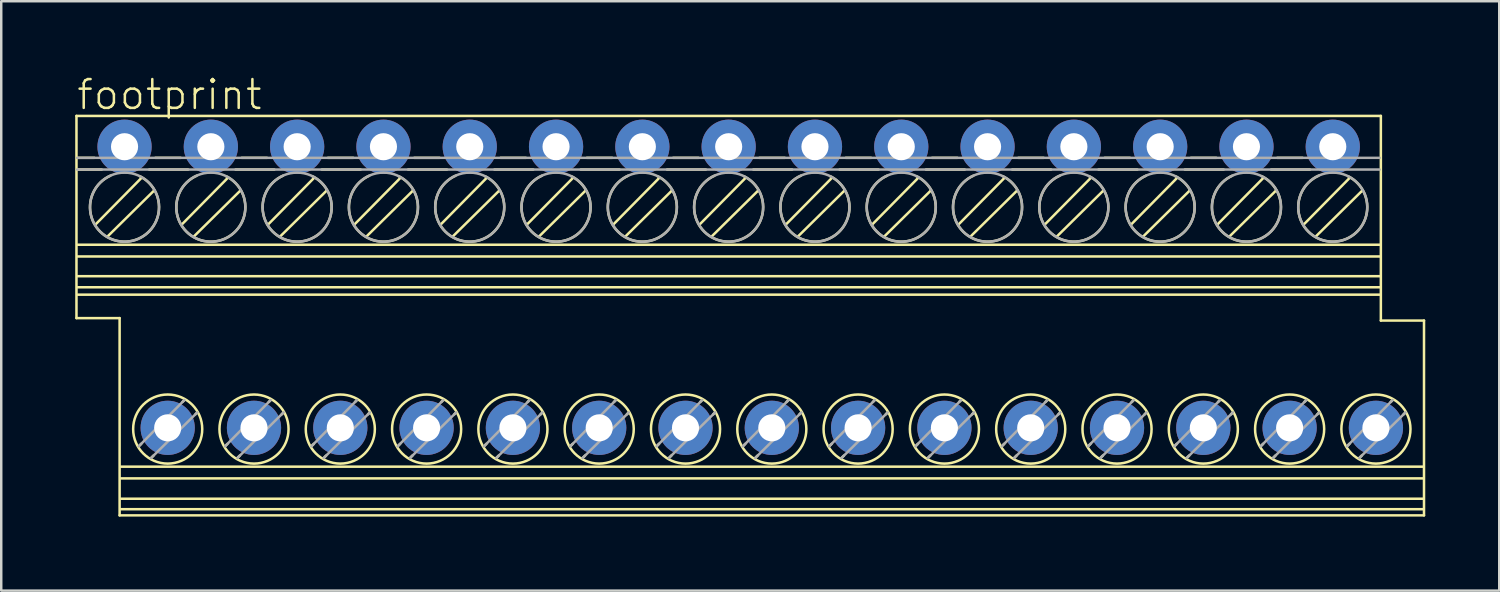
<source format=kicad_pcb>
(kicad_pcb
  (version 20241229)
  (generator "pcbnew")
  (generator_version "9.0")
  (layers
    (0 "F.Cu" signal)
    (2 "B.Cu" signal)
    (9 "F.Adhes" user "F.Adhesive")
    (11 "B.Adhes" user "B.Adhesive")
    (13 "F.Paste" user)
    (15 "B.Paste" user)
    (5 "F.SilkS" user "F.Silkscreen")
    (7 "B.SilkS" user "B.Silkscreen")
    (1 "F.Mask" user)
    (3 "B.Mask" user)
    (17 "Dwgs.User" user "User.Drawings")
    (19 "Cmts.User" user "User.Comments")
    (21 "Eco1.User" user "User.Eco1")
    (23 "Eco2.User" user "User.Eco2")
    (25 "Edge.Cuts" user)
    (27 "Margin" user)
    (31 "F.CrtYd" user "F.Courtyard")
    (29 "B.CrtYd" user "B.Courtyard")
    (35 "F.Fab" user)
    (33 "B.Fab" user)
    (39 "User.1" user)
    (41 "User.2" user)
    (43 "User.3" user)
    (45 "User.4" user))
  (footprint "footprint"
    (layer "F.Cu")
    (at 26.501 9.751)
    (property "Reference" "footprint" (at -26.501 -8.278 0) (layer "F.SilkS") (effects (font (size 1.168 1.168) (thickness 0.102)) (justify left bottom)))
    (fp_line (start -26.45 -8.1) (end 26.45 -8.1) (stroke (width 0.102) (type solid)) (layer "F.SilkS"))
    (fp_line (start -26.45 0.1) (end -26.45 -8.1) (stroke (width 0.102) (type solid)) (layer "F.SilkS"))
    (fp_line (start -26.425 -6.4) (end -25.725 -6.4) (stroke (width 0.102) (type solid)) (layer "F.SilkS"))
    (fp_line (start -26.425 -5.925) (end -25.425 -5.925) (stroke (width 0.102) (type solid)) (layer "F.SilkS"))
    (fp_line (start -26.4 -2.875) (end 26.425 -2.875) (stroke (width 0.102) (type solid)) (layer "F.SilkS"))
    (fp_line (start -26.4 -2.4) (end 26.425 -2.4) (stroke (width 0.102) (type solid)) (layer "F.SilkS"))
    (fp_line (start -26.4 -1.6) (end 26.425 -1.6) (stroke (width 0.102) (type solid)) (layer "F.SilkS"))
    (fp_line (start -26.4 -0.85) (end 26.425 -0.85) (stroke (width 0.102) (type solid)) (layer "F.SilkS"))
    (fp_line (start -25.675 -3.7) (end -23.825 -5.575) (stroke (width 0.102) (type solid)) (layer "F.SilkS"))
    (fp_line (start -25.175 -3.225) (end -23.3 -5.075) (stroke (width 0.102) (type solid)) (layer "F.SilkS"))
    (fp_line (start -24.7 0.1) (end -26.45 0.1) (stroke (width 0.102) (type solid)) (layer "F.SilkS"))
    (fp_line (start -24.7 8.1) (end -24.7 0.1) (stroke (width 0.102) (type solid)) (layer "F.SilkS"))
    (fp_line (start -24.65 6.125) (end 28.175 6.125) (stroke (width 0.102) (type solid)) (layer "F.SilkS"))
    (fp_line (start -24.65 6.6) (end 28.175 6.6) (stroke (width 0.102) (type solid)) (layer "F.SilkS"))
    (fp_line (start -24.65 7.425) (end 28.175 7.425) (stroke (width 0.102) (type solid)) (layer "F.SilkS"))
    (fp_line (start -24.65 7.85) (end 28.175 7.85) (stroke (width 0.102) (type solid)) (layer "F.SilkS"))
    (fp_line (start -23.925 5.3) (end -23.825 5.2) (stroke (width 0.102) (type solid)) (layer "F.SilkS"))
    (fp_line (start -23.5 -5.925) (end -21.925 -5.925) (stroke (width 0.102) (type solid)) (layer "F.SilkS"))
    (fp_line (start -23.425 5.775) (end -23.325 5.675) (stroke (width 0.102) (type solid)) (layer "F.SilkS"))
    (fp_line (start -23.25 -6.4) (end -22.225 -6.4) (stroke (width 0.102) (type solid)) (layer "F.SilkS"))
    (fp_line (start -22.175 -3.7) (end -20.325 -5.575) (stroke (width 0.102) (type solid)) (layer "F.SilkS"))
    (fp_line (start -22.15 3.5) (end -22.075 3.425) (stroke (width 0.102) (type solid)) (layer "F.SilkS"))
    (fp_line (start -21.675 -3.225) (end -19.8 -5.075) (stroke (width 0.102) (type solid)) (layer "F.SilkS"))
    (fp_line (start -21.625 4) (end -21.55 3.925) (stroke (width 0.102) (type solid)) (layer "F.SilkS"))
    (fp_line (start -20.425 5.3) (end -20.325 5.2) (stroke (width 0.102) (type solid)) (layer "F.SilkS"))
    (fp_line (start -20 -5.925) (end -18.425 -5.925) (stroke (width 0.102) (type solid)) (layer "F.SilkS"))
    (fp_line (start -19.925 5.775) (end -19.825 5.675) (stroke (width 0.102) (type solid)) (layer "F.SilkS"))
    (fp_line (start -19.75 -6.4) (end -18.725 -6.4) (stroke (width 0.102) (type solid)) (layer "F.SilkS"))
    (fp_line (start -18.675 -3.7) (end -16.825 -5.575) (stroke (width 0.102) (type solid)) (layer "F.SilkS"))
    (fp_line (start -18.65 3.5) (end -18.575 3.425) (stroke (width 0.102) (type solid)) (layer "F.SilkS"))
    (fp_line (start -18.175 -3.225) (end -16.3 -5.075) (stroke (width 0.102) (type solid)) (layer "F.SilkS"))
    (fp_line (start -18.125 4) (end -18.05 3.925) (stroke (width 0.102) (type solid)) (layer "F.SilkS"))
    (fp_line (start -16.925 5.3) (end -16.825 5.2) (stroke (width 0.102) (type solid)) (layer "F.SilkS"))
    (fp_line (start -16.5 -5.925) (end -14.925 -5.925) (stroke (width 0.102) (type solid)) (layer "F.SilkS"))
    (fp_line (start -16.425 5.775) (end -16.325 5.675) (stroke (width 0.102) (type solid)) (layer "F.SilkS"))
    (fp_line (start -16.25 -6.4) (end -15.225 -6.4) (stroke (width 0.102) (type solid)) (layer "F.SilkS"))
    (fp_line (start -15.175 -3.7) (end -13.325 -5.575) (stroke (width 0.102) (type solid)) (layer "F.SilkS"))
    (fp_line (start -15.15 3.5) (end -15.075 3.425) (stroke (width 0.102) (type solid)) (layer "F.SilkS"))
    (fp_line (start -14.675 -3.225) (end -12.8 -5.075) (stroke (width 0.102) (type solid)) (layer "F.SilkS"))
    (fp_line (start -14.625 4) (end -14.55 3.925) (stroke (width 0.102) (type solid)) (layer "F.SilkS"))
    (fp_line (start -13.425 5.3) (end -13.325 5.2) (stroke (width 0.102) (type solid)) (layer "F.SilkS"))
    (fp_line (start -13 -5.925) (end -11.425 -5.925) (stroke (width 0.102) (type solid)) (layer "F.SilkS"))
    (fp_line (start -12.925 5.775) (end -12.825 5.675) (stroke (width 0.102) (type solid)) (layer "F.SilkS"))
    (fp_line (start -12.75 -6.4) (end -11.725 -6.4) (stroke (width 0.102) (type solid)) (layer "F.SilkS"))
    (fp_line (start -11.675 -3.7) (end -9.825 -5.575) (stroke (width 0.102) (type solid)) (layer "F.SilkS"))
    (fp_line (start -11.65 3.5) (end -11.575 3.425) (stroke (width 0.102) (type solid)) (layer "F.SilkS"))
    (fp_line (start -11.175 -3.225) (end -9.3 -5.075) (stroke (width 0.102) (type solid)) (layer "F.SilkS"))
    (fp_line (start -11.125 4) (end -11.05 3.925) (stroke (width 0.102) (type solid)) (layer "F.SilkS"))
    (fp_line (start -9.925 5.3) (end -9.825 5.2) (stroke (width 0.102) (type solid)) (layer "F.SilkS"))
    (fp_line (start -9.5 -5.925) (end -7.925 -5.925) (stroke (width 0.102) (type solid)) (layer "F.SilkS"))
    (fp_line (start -9.425 5.775) (end -9.325 5.675) (stroke (width 0.102) (type solid)) (layer "F.SilkS"))
    (fp_line (start -9.25 -6.4) (end -8.225 -6.4) (stroke (width 0.102) (type solid)) (layer "F.SilkS"))
    (fp_line (start -8.175 -3.7) (end -6.325 -5.575) (stroke (width 0.102) (type solid)) (layer "F.SilkS"))
    (fp_line (start -8.15 3.5) (end -8.075 3.425) (stroke (width 0.102) (type solid)) (layer "F.SilkS"))
    (fp_line (start -7.675 -3.225) (end -5.8 -5.075) (stroke (width 0.102) (type solid)) (layer "F.SilkS"))
    (fp_line (start -7.625 4) (end -7.55 3.925) (stroke (width 0.102) (type solid)) (layer "F.SilkS"))
    (fp_line (start -6.425 5.3) (end -6.325 5.2) (stroke (width 0.102) (type solid)) (layer "F.SilkS"))
    (fp_line (start -6 -5.925) (end -4.425 -5.925) (stroke (width 0.102) (type solid)) (layer "F.SilkS"))
    (fp_line (start -5.925 5.775) (end -5.825 5.675) (stroke (width 0.102) (type solid)) (layer "F.SilkS"))
    (fp_line (start -5.75 -6.4) (end -4.725 -6.4) (stroke (width 0.102) (type solid)) (layer "F.SilkS"))
    (fp_line (start -4.675 -3.7) (end -2.825 -5.575) (stroke (width 0.102) (type solid)) (layer "F.SilkS"))
    (fp_line (start -4.65 3.5) (end -4.575 3.425) (stroke (width 0.102) (type solid)) (layer "F.SilkS"))
    (fp_line (start -4.175 -3.225) (end -2.3 -5.075) (stroke (width 0.102) (type solid)) (layer "F.SilkS"))
    (fp_line (start -4.125 4) (end -4.05 3.925) (stroke (width 0.102) (type solid)) (layer "F.SilkS"))
    (fp_line (start -2.925 5.3) (end -2.825 5.2) (stroke (width 0.102) (type solid)) (layer "F.SilkS"))
    (fp_line (start -2.5 -5.925) (end -0.925 -5.925) (stroke (width 0.102) (type solid)) (layer "F.SilkS"))
    (fp_line (start -2.425 5.775) (end -2.325 5.675) (stroke (width 0.102) (type solid)) (layer "F.SilkS"))
    (fp_line (start -2.25 -6.4) (end -1.225 -6.4) (stroke (width 0.102) (type solid)) (layer "F.SilkS"))
    (fp_line (start -1.175 -3.7) (end 0.675 -5.575) (stroke (width 0.102) (type solid)) (layer "F.SilkS"))
    (fp_line (start -1.15 3.5) (end -1.075 3.425) (stroke (width 0.102) (type solid)) (layer "F.SilkS"))
    (fp_line (start -0.675 -3.225) (end 1.2 -5.075) (stroke (width 0.102) (type solid)) (layer "F.SilkS"))
    (fp_line (start -0.625 4) (end -0.55 3.925) (stroke (width 0.102) (type solid)) (layer "F.SilkS"))
    (fp_line (start 0.575 5.3) (end 0.675 5.2) (stroke (width 0.102) (type solid)) (layer "F.SilkS"))
    (fp_line (start 1 -5.925) (end 2.575 -5.925) (stroke (width 0.102) (type solid)) (layer "F.SilkS"))
    (fp_line (start 1.075 5.775) (end 1.175 5.675) (stroke (width 0.102) (type solid)) (layer "F.SilkS"))
    (fp_line (start 1.25 -6.4) (end 2.275 -6.4) (stroke (width 0.102) (type solid)) (layer "F.SilkS"))
    (fp_line (start 2.325 -3.7) (end 4.175 -5.575) (stroke (width 0.102) (type solid)) (layer "F.SilkS"))
    (fp_line (start 2.35 3.5) (end 2.425 3.425) (stroke (width 0.102) (type solid)) (layer "F.SilkS"))
    (fp_line (start 2.825 -3.225) (end 4.7 -5.075) (stroke (width 0.102) (type solid)) (layer "F.SilkS"))
    (fp_line (start 2.875 4) (end 2.95 3.925) (stroke (width 0.102) (type solid)) (layer "F.SilkS"))
    (fp_line (start 4.075 5.3) (end 4.175 5.2) (stroke (width 0.102) (type solid)) (layer "F.SilkS"))
    (fp_line (start 4.5 -5.925) (end 6.075 -5.925) (stroke (width 0.102) (type solid)) (layer "F.SilkS"))
    (fp_line (start 4.575 5.775) (end 4.675 5.675) (stroke (width 0.102) (type solid)) (layer "F.SilkS"))
    (fp_line (start 4.75 -6.4) (end 5.775 -6.4) (stroke (width 0.102) (type solid)) (layer "F.SilkS"))
    (fp_line (start 5.825 -3.7) (end 7.675 -5.575) (stroke (width 0.102) (type solid)) (layer "F.SilkS"))
    (fp_line (start 5.85 3.5) (end 5.925 3.425) (stroke (width 0.102) (type solid)) (layer "F.SilkS"))
    (fp_line (start 6.325 -3.225) (end 8.2 -5.075) (stroke (width 0.102) (type solid)) (layer "F.SilkS"))
    (fp_line (start 6.375 4) (end 6.45 3.925) (stroke (width 0.102) (type solid)) (layer "F.SilkS"))
    (fp_line (start 7.575 5.3) (end 7.675 5.2) (stroke (width 0.102) (type solid)) (layer "F.SilkS"))
    (fp_line (start 8 -5.925) (end 9.575 -5.925) (stroke (width 0.102) (type solid)) (layer "F.SilkS"))
    (fp_line (start 8.075 5.775) (end 8.175 5.675) (stroke (width 0.102) (type solid)) (layer "F.SilkS"))
    (fp_line (start 8.25 -6.4) (end 9.275 -6.4) (stroke (width 0.102) (type solid)) (layer "F.SilkS"))
    (fp_line (start 9.325 -3.7) (end 11.175 -5.575) (stroke (width 0.102) (type solid)) (layer "F.SilkS"))
    (fp_line (start 9.35 3.5) (end 9.425 3.425) (stroke (width 0.102) (type solid)) (layer "F.SilkS"))
    (fp_line (start 9.825 -3.225) (end 11.7 -5.075) (stroke (width 0.102) (type solid)) (layer "F.SilkS"))
    (fp_line (start 9.875 4) (end 9.95 3.925) (stroke (width 0.102) (type solid)) (layer "F.SilkS"))
    (fp_line (start 11.075 5.3) (end 11.175 5.2) (stroke (width 0.102) (type solid)) (layer "F.SilkS"))
    (fp_line (start 11.5 -5.925) (end 13.075 -5.925) (stroke (width 0.102) (type solid)) (layer "F.SilkS"))
    (fp_line (start 11.575 5.775) (end 11.675 5.675) (stroke (width 0.102) (type solid)) (layer "F.SilkS"))
    (fp_line (start 11.75 -6.4) (end 12.775 -6.4) (stroke (width 0.102) (type solid)) (layer "F.SilkS"))
    (fp_line (start 12.825 -3.7) (end 14.675 -5.575) (stroke (width 0.102) (type solid)) (layer "F.SilkS"))
    (fp_line (start 12.85 3.5) (end 12.925 3.425) (stroke (width 0.102) (type solid)) (layer "F.SilkS"))
    (fp_line (start 13.325 -3.225) (end 15.2 -5.075) (stroke (width 0.102) (type solid)) (layer "F.SilkS"))
    (fp_line (start 13.375 4) (end 13.45 3.925) (stroke (width 0.102) (type solid)) (layer "F.SilkS"))
    (fp_line (start 14.575 5.3) (end 14.675 5.2) (stroke (width 0.102) (type solid)) (layer "F.SilkS"))
    (fp_line (start 15 -5.925) (end 16.575 -5.925) (stroke (width 0.102) (type solid)) (layer "F.SilkS"))
    (fp_line (start 15.075 5.775) (end 15.175 5.675) (stroke (width 0.102) (type solid)) (layer "F.SilkS"))
    (fp_line (start 15.25 -6.4) (end 16.275 -6.4) (stroke (width 0.102) (type solid)) (layer "F.SilkS"))
    (fp_line (start 16.325 -3.7) (end 18.175 -5.575) (stroke (width 0.102) (type solid)) (layer "F.SilkS"))
    (fp_line (start 16.35 3.5) (end 16.425 3.425) (stroke (width 0.102) (type solid)) (layer "F.SilkS"))
    (fp_line (start 16.825 -3.225) (end 18.7 -5.075) (stroke (width 0.102) (type solid)) (layer "F.SilkS"))
    (fp_line (start 16.875 4) (end 16.95 3.925) (stroke (width 0.102) (type solid)) (layer "F.SilkS"))
    (fp_line (start 18.075 5.3) (end 18.175 5.2) (stroke (width 0.102) (type solid)) (layer "F.SilkS"))
    (fp_line (start 18.5 -5.925) (end 20.075 -5.925) (stroke (width 0.102) (type solid)) (layer "F.SilkS"))
    (fp_line (start 18.575 5.775) (end 18.675 5.675) (stroke (width 0.102) (type solid)) (layer "F.SilkS"))
    (fp_line (start 18.75 -6.4) (end 19.775 -6.4) (stroke (width 0.102) (type solid)) (layer "F.SilkS"))
    (fp_line (start 19.825 -3.7) (end 21.675 -5.575) (stroke (width 0.102) (type solid)) (layer "F.SilkS"))
    (fp_line (start 19.85 3.5) (end 19.925 3.425) (stroke (width 0.102) (type solid)) (layer "F.SilkS"))
    (fp_line (start 20.325 -3.225) (end 22.2 -5.075) (stroke (width 0.102) (type solid)) (layer "F.SilkS"))
    (fp_line (start 20.375 4) (end 20.45 3.925) (stroke (width 0.102) (type solid)) (layer "F.SilkS"))
    (fp_line (start 21.575 5.3) (end 21.675 5.2) (stroke (width 0.102) (type solid)) (layer "F.SilkS"))
    (fp_line (start 22 -5.925) (end 23.575 -5.925) (stroke (width 0.102) (type solid)) (layer "F.SilkS"))
    (fp_line (start 22.075 5.775) (end 22.175 5.675) (stroke (width 0.102) (type solid)) (layer "F.SilkS"))
    (fp_line (start 22.25 -6.4) (end 23.275 -6.4) (stroke (width 0.102) (type solid)) (layer "F.SilkS"))
    (fp_line (start 23.325 -3.7) (end 25.175 -5.575) (stroke (width 0.102) (type solid)) (layer "F.SilkS"))
    (fp_line (start 23.35 3.5) (end 23.425 3.425) (stroke (width 0.102) (type solid)) (layer "F.SilkS"))
    (fp_line (start 23.825 -3.225) (end 25.7 -5.075) (stroke (width 0.102) (type solid)) (layer "F.SilkS"))
    (fp_line (start 23.875 4) (end 23.95 3.925) (stroke (width 0.102) (type solid)) (layer "F.SilkS"))
    (fp_line (start 25.075 5.3) (end 25.175 5.2) (stroke (width 0.102) (type solid)) (layer "F.SilkS"))
    (fp_line (start 25.575 5.775) (end 25.675 5.675) (stroke (width 0.102) (type solid)) (layer "F.SilkS"))
    (fp_line (start 26.425 -1.15) (end -26.4 -1.15) (stroke (width 0.102) (type solid)) (layer "F.SilkS"))
    (fp_line (start 26.45 -8.1) (end 26.45 0.2) (stroke (width 0.102) (type solid)) (layer "F.SilkS"))
    (fp_line (start 26.45 0.2) (end 28.2 0.2) (stroke (width 0.102) (type solid)) (layer "F.SilkS"))
    (fp_line (start 26.85 3.5) (end 26.925 3.425) (stroke (width 0.102) (type solid)) (layer "F.SilkS"))
    (fp_line (start 27.375 4) (end 27.45 3.925) (stroke (width 0.102) (type solid)) (layer "F.SilkS"))
    (fp_line (start 28.2 0.2) (end 28.2 8.1) (stroke (width 0.102) (type solid)) (layer "F.SilkS"))
    (fp_line (start 28.2 8.1) (end -24.7 8.1) (stroke (width 0.102) (type solid)) (layer "F.SilkS"))
    (fp_arc (start -23.874999 -5.65) (mid -24.530481 -2.999357) (end -25.075 -5.675) (stroke (width 0.1016) (type solid)) (layer "F.SilkS"))
    (fp_arc (start -20.374999 -5.65) (mid -21.030481 -2.999357) (end -21.575 -5.675) (stroke (width 0.1016) (type solid)) (layer "F.SilkS"))
    (fp_arc (start -16.874999 -5.65) (mid -17.530481 -2.999357) (end -18.075 -5.675) (stroke (width 0.1016) (type solid)) (layer "F.SilkS"))
    (fp_arc (start -13.374999 -5.65) (mid -14.030481 -2.999357) (end -14.575 -5.675) (stroke (width 0.1016) (type solid)) (layer "F.SilkS"))
    (fp_arc (start -9.874999 -5.65) (mid -10.530481 -2.999357) (end -11.075 -5.675) (stroke (width 0.1016) (type solid)) (layer "F.SilkS"))
    (fp_arc (start -6.374999 -5.65) (mid -7.030481 -2.999357) (end -7.575 -5.675) (stroke (width 0.1016) (type solid)) (layer "F.SilkS"))
    (fp_arc (start -2.874999 -5.65) (mid -3.530481 -2.999357) (end -4.075 -5.675) (stroke (width 0.1016) (type solid)) (layer "F.SilkS"))
    (fp_arc (start 0.625001 -5.65) (mid -0.030481 -2.999357) (end -0.575 -5.675) (stroke (width 0.1016) (type solid)) (layer "F.SilkS"))
    (fp_arc (start 4.125001 -5.65) (mid 3.469517 -2.999357) (end 2.925 -5.675) (stroke (width 0.1016) (type solid)) (layer "F.SilkS"))
    (fp_arc (start 7.625001 -5.65) (mid 6.969517 -2.999357) (end 6.425 -5.675) (stroke (width 0.1016) (type solid)) (layer "F.SilkS"))
    (fp_arc (start 11.125001 -5.65) (mid 10.469517 -2.999357) (end 9.925 -5.675) (stroke (width 0.1016) (type solid)) (layer "F.SilkS"))
    (fp_arc (start 14.625001 -5.65) (mid 13.969517 -2.999357) (end 13.425 -5.675) (stroke (width 0.1016) (type solid)) (layer "F.SilkS"))
    (fp_arc (start 18.125001 -5.65) (mid 17.469517 -2.999357) (end 16.925 -5.675) (stroke (width 0.1016) (type solid)) (layer "F.SilkS"))
    (fp_arc (start 21.625001 -5.65) (mid 20.969517 -2.999357) (end 20.425 -5.675) (stroke (width 0.1016) (type solid)) (layer "F.SilkS"))
    (fp_arc (start 25.125001 -5.65) (mid 24.469517 -2.999357) (end 23.925 -5.675) (stroke (width 0.1016) (type solid)) (layer "F.SilkS"))
    (fp_circle (center -22.75 4.6) (end -21.349 4.6) (stroke (width 0.102) (type solid)) (fill no) (layer "F.SilkS"))
    (fp_circle (center -19.25 4.6) (end -17.849 4.6) (stroke (width 0.102) (type solid)) (fill no) (layer "F.SilkS"))
    (fp_circle (center -15.75 4.6) (end -14.349 4.6) (stroke (width 0.102) (type solid)) (fill no) (layer "F.SilkS"))
    (fp_circle (center -12.25 4.6) (end -10.849 4.6) (stroke (width 0.102) (type solid)) (fill no) (layer "F.SilkS"))
    (fp_circle (center -8.75 4.6) (end -7.349 4.6) (stroke (width 0.102) (type solid)) (fill no) (layer "F.SilkS"))
    (fp_circle (center -5.25 4.6) (end -3.849 4.6) (stroke (width 0.102) (type solid)) (fill no) (layer "F.SilkS"))
    (fp_circle (center -1.75 4.6) (end -0.349 4.6) (stroke (width 0.102) (type solid)) (fill no) (layer "F.SilkS"))
    (fp_circle (center 1.75 4.6) (end 3.151 4.6) (stroke (width 0.102) (type solid)) (fill no) (layer "F.SilkS"))
    (fp_circle (center 5.25 4.6) (end 6.651 4.6) (stroke (width 0.102) (type solid)) (fill no) (layer "F.SilkS"))
    (fp_circle (center 8.75 4.6) (end 10.151 4.6) (stroke (width 0.102) (type solid)) (fill no) (layer "F.SilkS"))
    (fp_circle (center 12.25 4.6) (end 13.651 4.6) (stroke (width 0.102) (type solid)) (fill no) (layer "F.SilkS"))
    (fp_circle (center 15.75 4.6) (end 17.151 4.6) (stroke (width 0.102) (type solid)) (fill no) (layer "F.SilkS"))
    (fp_circle (center 19.25 4.6) (end 20.651 4.6) (stroke (width 0.102) (type solid)) (fill no) (layer "F.SilkS"))
    (fp_circle (center 22.75 4.6) (end 24.151 4.6) (stroke (width 0.102) (type solid)) (fill no) (layer "F.SilkS"))
    (fp_circle (center 26.25 4.6) (end 27.651 4.6) (stroke (width 0.102) (type solid)) (fill no) (layer "F.SilkS"))
    (fp_line (start -26.425 -6.4) (end 26.4 -6.4) (stroke (width 0.102) (type solid)) (layer "F.Fab"))
    (fp_line (start -26.425 -5.925) (end 26.4 -5.925) (stroke (width 0.102) (type solid)) (layer "F.Fab"))
    (fp_line (start -23.925 5.3) (end -22.075 3.425) (stroke (width 0.102) (type solid)) (layer "F.Fab"))
    (fp_line (start -23.425 5.775) (end -21.55 3.925) (stroke (width 0.102) (type solid)) (layer "F.Fab"))
    (fp_line (start -20.425 5.3) (end -18.575 3.425) (stroke (width 0.102) (type solid)) (layer "F.Fab"))
    (fp_line (start -19.925 5.775) (end -18.05 3.925) (stroke (width 0.102) (type solid)) (layer "F.Fab"))
    (fp_line (start -16.925 5.3) (end -15.075 3.425) (stroke (width 0.102) (type solid)) (layer "F.Fab"))
    (fp_line (start -16.425 5.775) (end -14.55 3.925) (stroke (width 0.102) (type solid)) (layer "F.Fab"))
    (fp_line (start -13.425 5.3) (end -11.575 3.425) (stroke (width 0.102) (type solid)) (layer "F.Fab"))
    (fp_line (start -12.925 5.775) (end -11.05 3.925) (stroke (width 0.102) (type solid)) (layer "F.Fab"))
    (fp_line (start -9.925 5.3) (end -8.075 3.425) (stroke (width 0.102) (type solid)) (layer "F.Fab"))
    (fp_line (start -9.425 5.775) (end -7.55 3.925) (stroke (width 0.102) (type solid)) (layer "F.Fab"))
    (fp_line (start -6.425 5.3) (end -4.575 3.425) (stroke (width 0.102) (type solid)) (layer "F.Fab"))
    (fp_line (start -5.925 5.775) (end -4.05 3.925) (stroke (width 0.102) (type solid)) (layer "F.Fab"))
    (fp_line (start -2.925 5.3) (end -1.075 3.425) (stroke (width 0.102) (type solid)) (layer "F.Fab"))
    (fp_line (start -2.425 5.775) (end -0.55 3.925) (stroke (width 0.102) (type solid)) (layer "F.Fab"))
    (fp_line (start 0.575 5.3) (end 2.425 3.425) (stroke (width 0.102) (type solid)) (layer "F.Fab"))
    (fp_line (start 1.075 5.775) (end 2.95 3.925) (stroke (width 0.102) (type solid)) (layer "F.Fab"))
    (fp_line (start 4.075 5.3) (end 5.925 3.425) (stroke (width 0.102) (type solid)) (layer "F.Fab"))
    (fp_line (start 4.575 5.775) (end 6.45 3.925) (stroke (width 0.102) (type solid)) (layer "F.Fab"))
    (fp_line (start 7.575 5.3) (end 9.425 3.425) (stroke (width 0.102) (type solid)) (layer "F.Fab"))
    (fp_line (start 8.075 5.775) (end 9.95 3.925) (stroke (width 0.102) (type solid)) (layer "F.Fab"))
    (fp_line (start 11.075 5.3) (end 12.925 3.425) (stroke (width 0.102) (type solid)) (layer "F.Fab"))
    (fp_line (start 11.575 5.775) (end 13.45 3.925) (stroke (width 0.102) (type solid)) (layer "F.Fab"))
    (fp_line (start 14.575 5.3) (end 16.425 3.425) (stroke (width 0.102) (type solid)) (layer "F.Fab"))
    (fp_line (start 15.075 5.775) (end 16.95 3.925) (stroke (width 0.102) (type solid)) (layer "F.Fab"))
    (fp_line (start 18.075 5.3) (end 19.925 3.425) (stroke (width 0.102) (type solid)) (layer "F.Fab"))
    (fp_line (start 18.575 5.775) (end 20.45 3.925) (stroke (width 0.102) (type solid)) (layer "F.Fab"))
    (fp_line (start 21.575 5.3) (end 23.425 3.425) (stroke (width 0.102) (type solid)) (layer "F.Fab"))
    (fp_line (start 22.075 5.775) (end 23.95 3.925) (stroke (width 0.102) (type solid)) (layer "F.Fab"))
    (fp_line (start 25.075 5.3) (end 26.925 3.425) (stroke (width 0.102) (type solid)) (layer "F.Fab"))
    (fp_line (start 25.575 5.775) (end 27.45 3.925) (stroke (width 0.102) (type solid)) (layer "F.Fab"))
    (fp_circle (center -24.5 -4.4) (end -23.099 -4.4) (stroke (width 0.102) (type solid)) (fill no) (layer "F.Fab"))
    (fp_circle (center -21 -4.4) (end -19.599 -4.4) (stroke (width 0.102) (type solid)) (fill no) (layer "F.Fab"))
    (fp_circle (center -17.5 -4.4) (end -16.099 -4.4) (stroke (width 0.102) (type solid)) (fill no) (layer "F.Fab"))
    (fp_circle (center -14 -4.4) (end -12.599 -4.4) (stroke (width 0.102) (type solid)) (fill no) (layer "F.Fab"))
    (fp_circle (center -10.5 -4.4) (end -9.099 -4.4) (stroke (width 0.102) (type solid)) (fill no) (layer "F.Fab"))
    (fp_circle (center -7 -4.4) (end -5.599 -4.4) (stroke (width 0.102) (type solid)) (fill no) (layer "F.Fab"))
    (fp_circle (center -3.5 -4.4) (end -2.099 -4.4) (stroke (width 0.102) (type solid)) (fill no) (layer "F.Fab"))
    (fp_circle (center 0 -4.4) (end 1.401 -4.4) (stroke (width 0.102) (type solid)) (fill no) (layer "F.Fab"))
    (fp_circle (center 3.5 -4.4) (end 4.901 -4.4) (stroke (width 0.102) (type solid)) (fill no) (layer "F.Fab"))
    (fp_circle (center 7 -4.4) (end 8.401 -4.4) (stroke (width 0.102) (type solid)) (fill no) (layer "F.Fab"))
    (fp_circle (center 10.5 -4.4) (end 11.901 -4.4) (stroke (width 0.102) (type solid)) (fill no) (layer "F.Fab"))
    (fp_circle (center 14 -4.4) (end 15.401 -4.4) (stroke (width 0.102) (type solid)) (fill no) (layer "F.Fab"))
    (fp_circle (center 17.5 -4.4) (end 18.901 -4.4) (stroke (width 0.102) (type solid)) (fill no) (layer "F.Fab"))
    (fp_circle (center 21 -4.4) (end 22.401 -4.4) (stroke (width 0.102) (type solid)) (fill no) (layer "F.Fab"))
    (fp_circle (center 24.5 -4.4) (end 25.901 -4.4) (stroke (width 0.102) (type solid)) (fill no) (layer "F.Fab"))
    (pad "1" thru_hole circle (at -24.5 -6.85) (size 2.2 2.2) (drill 1.1) (layers "*.Cu" "*.Mask"))
    (pad "2" thru_hole circle (at -22.75 4.55) (size 2.2 2.2) (drill 1.1) (layers "*.Cu" "*.Mask"))
    (pad "3" thru_hole circle (at -21 -6.85) (size 2.2 2.2) (drill 1.1) (layers "*.Cu" "*.Mask"))
    (pad "4" thru_hole circle (at -19.25 4.55) (size 2.2 2.2) (drill 1.1) (layers "*.Cu" "*.Mask"))
    (pad "5" thru_hole circle (at -17.5 -6.85) (size 2.2 2.2) (drill 1.1) (layers "*.Cu" "*.Mask"))
    (pad "6" thru_hole circle (at -15.75 4.55) (size 2.2 2.2) (drill 1.1) (layers "*.Cu" "*.Mask"))
    (pad "7" thru_hole circle (at -14 -6.85) (size 2.2 2.2) (drill 1.1) (layers "*.Cu" "*.Mask"))
    (pad "8" thru_hole circle (at -12.25 4.55) (size 2.2 2.2) (drill 1.1) (layers "*.Cu" "*.Mask"))
    (pad "9" thru_hole circle (at -10.5 -6.85) (size 2.2 2.2) (drill 1.1) (layers "*.Cu" "*.Mask"))
    (pad "10" thru_hole circle (at -8.75 4.55) (size 2.2 2.2) (drill 1.1) (layers "*.Cu" "*.Mask"))
    (pad "11" thru_hole circle (at -7 -6.85) (size 2.2 2.2) (drill 1.1) (layers "*.Cu" "*.Mask"))
    (pad "12" thru_hole circle (at -5.25 4.55) (size 2.2 2.2) (drill 1.1) (layers "*.Cu" "*.Mask"))
    (pad "13" thru_hole circle (at -3.5 -6.85) (size 2.2 2.2) (drill 1.1) (layers "*.Cu" "*.Mask"))
    (pad "14" thru_hole circle (at -1.75 4.55) (size 2.2 2.2) (drill 1.1) (layers "*.Cu" "*.Mask"))
    (pad "15" thru_hole circle (at 0 -6.85) (size 2.2 2.2) (drill 1.1) (layers "*.Cu" "*.Mask"))
    (pad "16" thru_hole circle (at 1.75 4.55) (size 2.2 2.2) (drill 1.1) (layers "*.Cu" "*.Mask"))
    (pad "17" thru_hole circle (at 3.5 -6.85) (size 2.2 2.2) (drill 1.1) (layers "*.Cu" "*.Mask"))
    (pad "18" thru_hole circle (at 5.25 4.55) (size 2.2 2.2) (drill 1.1) (layers "*.Cu" "*.Mask"))
    (pad "19" thru_hole circle (at 7 -6.85) (size 2.2 2.2) (drill 1.1) (layers "*.Cu" "*.Mask"))
    (pad "20" thru_hole circle (at 8.75 4.55) (size 2.2 2.2) (drill 1.1) (layers "*.Cu" "*.Mask"))
    (pad "21" thru_hole circle (at 10.5 -6.85) (size 2.2 2.2) (drill 1.1) (layers "*.Cu" "*.Mask"))
    (pad "22" thru_hole circle (at 12.25 4.55) (size 2.2 2.2) (drill 1.1) (layers "*.Cu" "*.Mask"))
    (pad "23" thru_hole circle (at 14 -6.85) (size 2.2 2.2) (drill 1.1) (layers "*.Cu" "*.Mask"))
    (pad "24" thru_hole circle (at 15.75 4.55) (size 2.2 2.2) (drill 1.1) (layers "*.Cu" "*.Mask"))
    (pad "25" thru_hole circle (at 17.5 -6.85) (size 2.2 2.2) (drill 1.1) (layers "*.Cu" "*.Mask"))
    (pad "26" thru_hole circle (at 19.25 4.55) (size 2.2 2.2) (drill 1.1) (layers "*.Cu" "*.Mask"))
    (pad "27" thru_hole circle (at 21 -6.85) (size 2.2 2.2) (drill 1.1) (layers "*.Cu" "*.Mask"))
    (pad "28" thru_hole circle (at 22.75 4.55) (size 2.2 2.2) (drill 1.1) (layers "*.Cu" "*.Mask"))
    (pad "29" thru_hole circle (at 24.5 -6.85) (size 2.2 2.2) (drill 1.1) (layers "*.Cu" "*.Mask"))
    (pad "30" thru_hole circle (at 26.25 4.55) (size 2.2 2.2) (drill 1.1) (layers "*.Cu" "*.Mask")))
  (gr_rect
    (start -3 -3)
    (end 57.752 20.902)
    (stroke (width 0.1) (type default))
    (fill no)
    (layer "Edge.Cuts")))
</source>
